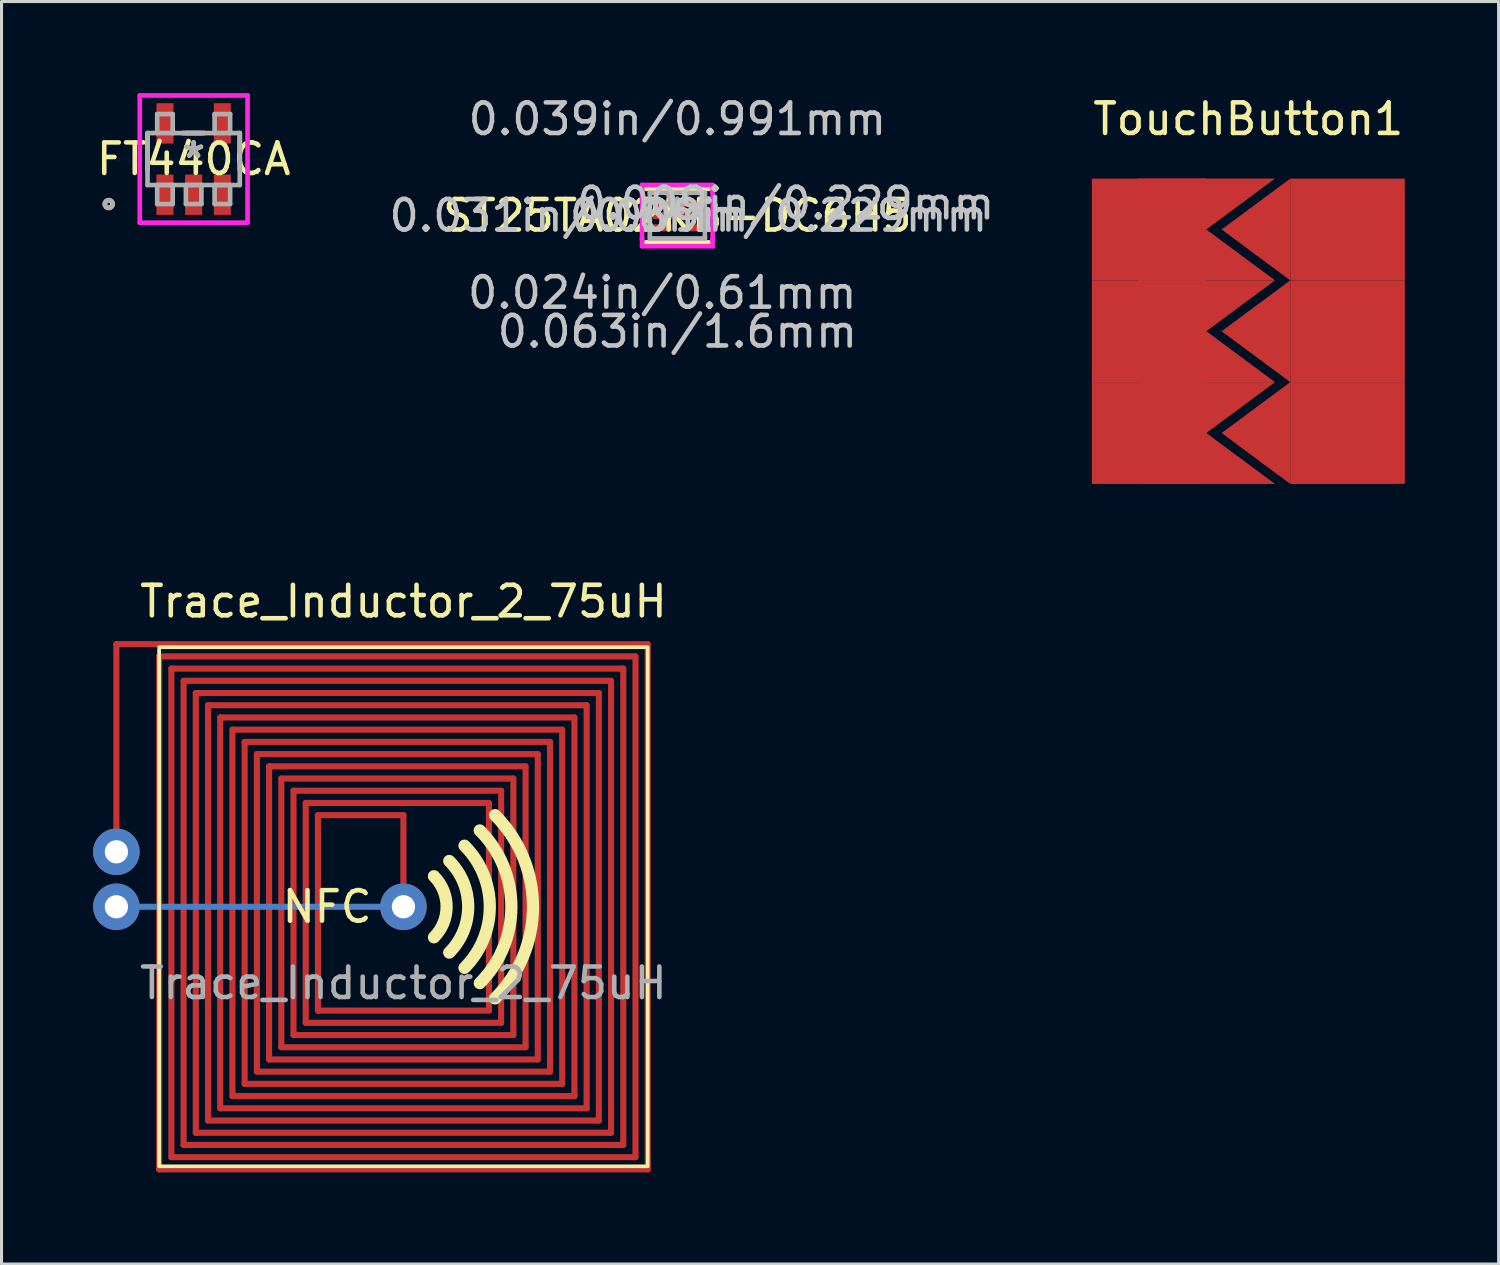
<source format=kicad_pcb>
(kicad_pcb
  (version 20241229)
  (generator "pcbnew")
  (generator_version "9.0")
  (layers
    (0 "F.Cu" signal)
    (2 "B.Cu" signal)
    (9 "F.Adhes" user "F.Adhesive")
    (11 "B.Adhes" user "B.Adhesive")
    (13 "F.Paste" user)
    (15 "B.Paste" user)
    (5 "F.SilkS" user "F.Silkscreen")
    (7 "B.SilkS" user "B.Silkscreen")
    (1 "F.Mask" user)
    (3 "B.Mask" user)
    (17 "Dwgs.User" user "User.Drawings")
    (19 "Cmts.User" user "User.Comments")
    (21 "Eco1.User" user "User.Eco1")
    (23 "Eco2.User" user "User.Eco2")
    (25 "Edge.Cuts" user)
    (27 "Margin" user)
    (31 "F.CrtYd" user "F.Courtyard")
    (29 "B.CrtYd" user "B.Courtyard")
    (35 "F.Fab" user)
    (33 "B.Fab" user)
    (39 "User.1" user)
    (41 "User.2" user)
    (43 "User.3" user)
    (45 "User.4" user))
  (footprint "FT440CA"
    (layer "F.Cu")
    (at 3.292 2.159)
    (property "Reference" "FT440CA" (at 0 0 0) (layer "F.SilkS") (effects (font (size 1 1) (thickness 0.15))))
    (attr through_hole)
    (fp_line (start -1.511 -0.851) (end -1.511 0.349) (stroke (width 0.152) (type solid)) (layer "F.SilkS"))
    (fp_line (start 0.356 -0.851) (end -0.356 -0.851) (stroke (width 0.152) (type solid)) (layer "F.SilkS"))
    (fp_line (start 1.511 0.349) (end 1.511 -0.851) (stroke (width 0.152) (type solid)) (layer "F.SilkS"))
    (fp_circle (center -2.781 1.473) (end -2.654 1.473) (stroke (width 0.152) (type solid)) (fill no) (layer "F.SilkS"))
    (fp_line (start -1.765 -2.083) (end 1.765 -2.083) (stroke (width 0.152) (type solid)) (layer "F.CrtYd"))
    (fp_line (start -1.765 2.083) (end -1.765 -2.083) (stroke (width 0.152) (type solid)) (layer "F.CrtYd"))
    (fp_line (start 1.765 -2.083) (end 1.765 2.083) (stroke (width 0.152) (type solid)) (layer "F.CrtYd"))
    (fp_line (start 1.765 2.083) (end -1.765 2.083) (stroke (width 0.152) (type solid)) (layer "F.CrtYd"))
    (fp_line (start -1.511 -0.851) (end -1.511 0.851) (stroke (width 0.152) (type solid)) (layer "F.Fab"))
    (fp_line (start -1.511 0.851) (end 1.511 0.851) (stroke (width 0.152) (type solid)) (layer "F.Fab"))
    (fp_line (start -1.194 -1.473) (end -0.686 -1.473) (stroke (width 0.152) (type solid)) (layer "F.Fab"))
    (fp_line (start -1.194 -0.851) (end -1.194 -1.473) (stroke (width 0.152) (type solid)) (layer "F.Fab"))
    (fp_line (start -1.194 0.851) (end -1.194 1.473) (stroke (width 0.152) (type solid)) (layer "F.Fab"))
    (fp_line (start -1.194 1.473) (end -0.686 1.473) (stroke (width 0.152) (type solid)) (layer "F.Fab"))
    (fp_line (start -0.686 -1.473) (end -0.686 -0.851) (stroke (width 0.152) (type solid)) (layer "F.Fab"))
    (fp_line (start -0.686 0.851) (end -1.194 0.851) (stroke (width 0.152) (type solid)) (layer "F.Fab"))
    (fp_line (start -0.686 1.473) (end -0.686 0.851) (stroke (width 0.152) (type solid)) (layer "F.Fab"))
    (fp_line (start -0.254 -0.851) (end 0.254 -0.851) (stroke (width 0.152) (type solid)) (layer "F.Fab"))
    (fp_line (start -0.254 0.851) (end -0.254 1.473) (stroke (width 0.152) (type solid)) (layer "F.Fab"))
    (fp_line (start -0.254 1.473) (end 0.254 1.473) (stroke (width 0.152) (type solid)) (layer "F.Fab"))
    (fp_line (start 0.254 0.851) (end -0.254 0.851) (stroke (width 0.152) (type solid)) (layer "F.Fab"))
    (fp_line (start 0.254 1.473) (end 0.254 0.851) (stroke (width 0.152) (type solid)) (layer "F.Fab"))
    (fp_line (start 0.686 -1.473) (end 0.686 -0.851) (stroke (width 0.152) (type solid)) (layer "F.Fab"))
    (fp_line (start 0.686 0.851) (end 0.686 1.473) (stroke (width 0.152) (type solid)) (layer "F.Fab"))
    (fp_line (start 0.686 1.473) (end 1.194 1.473) (stroke (width 0.152) (type solid)) (layer "F.Fab"))
    (fp_line (start 1.194 -1.473) (end 0.686 -1.473) (stroke (width 0.152) (type solid)) (layer "F.Fab"))
    (fp_line (start 1.194 -0.851) (end 1.194 -1.473) (stroke (width 0.152) (type solid)) (layer "F.Fab"))
    (fp_line (start 1.194 0.851) (end 0.686 0.851) (stroke (width 0.152) (type solid)) (layer "F.Fab"))
    (fp_line (start 1.194 1.473) (end 1.194 0.851) (stroke (width 0.152) (type solid)) (layer "F.Fab"))
    (fp_line (start 1.511 -0.851) (end -1.511 -0.851) (stroke (width 0.152) (type solid)) (layer "F.Fab"))
    (fp_line (start 1.511 0.851) (end 1.511 -0.851) (stroke (width 0.152) (type solid)) (layer "F.Fab"))
    (fp_circle (center -2.781 1.473) (end -2.654 1.473) (stroke (width 0.152) (type solid)) (fill no) (layer "F.Fab"))
    (fp_text user "*" (at 0 0 0) (layer "F.SilkS") (effects (font (size 1 1) (thickness 0.15))))
    (fp_text user "Copyright 2016 Accelerated Designs. All rights reserved." (at 0 0 0) (layer "Cmts.User") (effects (font (size 0.127 0.127) (thickness 0.002))))
    (fp_text user "*" (at 0 0 0) (layer "F.Fab") (effects (font (size 1 1) (thickness 0.15))))
    (pad "1" smd rect (at -0.94 1.168) (size 0.559 1.321) (layers "F.Cu" "F.Mask" "F.Paste"))
    (pad "2" smd rect (at 0 1.168) (size 0.559 1.321) (layers "F.Cu" "F.Mask" "F.Paste"))
    (pad "3" smd rect (at 0.94 1.168) (size 0.559 1.321) (layers "F.Cu" "F.Mask" "F.Paste"))
    (pad "4" smd rect (at 0.94 -1.168) (size 0.559 1.321) (layers "F.Cu" "F.Mask" "F.Paste"))
    (pad "5" smd rect (at -0.94 -1.168) (size 0.559 1.321) (layers "F.Cu" "F.Mask" "F.Paste")))
  (footprint "TouchButton1"
    (layer "F.Cu")
    (at 37.831 7.798)
    (property "Reference" "TouchButton1" (at 0 -6.95 0) (layer "F.SilkS") (effects (font (size 1 1) (thickness 0.15))))
    (attr smd)
    (pad "1" smd rect (at -3.25 -3.333) (size 3.75 3.333) (layers "F.Cu" "F.Mask"))
    (pad "1" smd rect (at -3.25 0) (size 3.75 3.333) (layers "F.Cu" "F.Mask"))
    (pad "1" smd rect (at -3.25 3.333) (size 3.75 3.333) (layers "F.Cu" "F.Mask"))
    (pad "1" smd trapezoid (at -1.375 -4.167) (size 2.25 1.667) (rect_delta 0 -2.25) (layers "F.Cu" "F.Mask"))
    (pad "1" smd trapezoid (at -1.375 -2.5) (size 2.25 1.667) (rect_delta 0 2.25) (layers "F.Cu" "F.Mask"))
    (pad "1" smd trapezoid (at -1.375 -0.833) (size 2.25 1.667) (rect_delta 0 -2.25) (layers "F.Cu" "F.Mask"))
    (pad "1" smd trapezoid (at -1.375 0.833) (size 2.25 1.667) (rect_delta 0 2.25) (layers "F.Cu" "F.Mask"))
    (pad "1" smd trapezoid (at -1.375 2.5) (size 2.25 1.667) (rect_delta 0 -2.25) (layers "F.Cu" "F.Mask"))
    (pad "1" smd trapezoid (at -1.375 4.167) (size 2.25 1.667) (rect_delta 0 2.25) (layers "F.Cu" "F.Mask"))
    (pad "2" smd trapezoid (at 0.25 -3.333) (size 2.25 1.667) (rect_delta -1.667 0) (layers "F.Cu" "F.Mask"))
    (pad "2" smd trapezoid (at 0.25 0) (size 2.25 1.667) (rect_delta -1.667 0) (layers "F.Cu" "F.Mask"))
    (pad "2" smd trapezoid (at 0.25 3.333) (size 2.25 1.667) (rect_delta -1.667 0) (layers "F.Cu" "F.Mask"))
    (pad "2" smd rect (at 3.25 -3.333) (size 3.75 3.333) (layers "F.Cu" "F.Mask"))
    (pad "2" smd rect (at 3.25 0) (size 3.75 3.333) (layers "F.Cu" "F.Mask"))
    (pad "2" smd rect (at 3.25 3.333) (size 3.75 3.333) (layers "F.Cu" "F.Mask")))
  (footprint "Trace_Inductor_2_75uH"
    (layer "F.Cu")
    (at 10.162 26.646)
    (property "Reference" "Trace_Inductor_2_75uH" (at 0 -10 0) (unlocked yes) (layer "F.SilkS") (effects (font (size 1 1) (thickness 0.15))))
    (fp_line (start -9.4 -8.6) (end -9.4 -1.8) (stroke (width 0.2) (type solid)) (layer "F.Cu"))
    (fp_line (start -8 -8.6) (end -9.4 -8.6) (stroke (width 0.2) (type solid)) (layer "F.Cu"))
    (fp_line (start -8 -8.6) (end 8 -8.6) (stroke (width 0.2) (type solid)) (layer "F.Cu"))
    (fp_line (start -8 -8.2) (end 7.6 -8.2) (stroke (width 0.2) (type solid)) (layer "F.Cu"))
    (fp_line (start -8 8.6) (end -8 -8.2) (stroke (width 0.2) (type solid)) (layer "F.Cu"))
    (fp_line (start -7.6 -7.8) (end 7.2 -7.8) (stroke (width 0.2) (type solid)) (layer "F.Cu"))
    (fp_line (start -7.6 8.2) (end -7.6 -7.8) (stroke (width 0.2) (type solid)) (layer "F.Cu"))
    (fp_line (start -7.2 -7.4) (end 6.8 -7.4) (stroke (width 0.2) (type solid)) (layer "F.Cu"))
    (fp_line (start -7.2 7.8) (end -7.2 -7.4) (stroke (width 0.2) (type solid)) (layer "F.Cu"))
    (fp_line (start -6.8 -7) (end 6.4 -7) (stroke (width 0.2) (type solid)) (layer "F.Cu"))
    (fp_line (start -6.8 7.4) (end -6.8 -7) (stroke (width 0.2) (type solid)) (layer "F.Cu"))
    (fp_line (start -6.4 -6.6) (end 6 -6.6) (stroke (width 0.2) (type solid)) (layer "F.Cu"))
    (fp_line (start -6.4 7) (end -6.4 -6.6) (stroke (width 0.2) (type solid)) (layer "F.Cu"))
    (fp_line (start -6 -6.2) (end 5.6 -6.2) (stroke (width 0.2) (type solid)) (layer "F.Cu"))
    (fp_line (start -6 6.6) (end -6 -6.2) (stroke (width 0.2) (type solid)) (layer "F.Cu"))
    (fp_line (start -5.6 -5.8) (end 5.2 -5.8) (stroke (width 0.2) (type solid)) (layer "F.Cu"))
    (fp_line (start -5.6 6.2) (end -5.6 -5.8) (stroke (width 0.2) (type solid)) (layer "F.Cu"))
    (fp_line (start -5.2 -5.4) (end 4.8 -5.4) (stroke (width 0.2) (type solid)) (layer "F.Cu"))
    (fp_line (start -5.2 5.8) (end -5.2 -5.4) (stroke (width 0.2) (type solid)) (layer "F.Cu"))
    (fp_line (start -4.8 -5) (end 4.4 -5) (stroke (width 0.2) (type solid)) (layer "F.Cu"))
    (fp_line (start -4.8 5.4) (end -4.8 -5) (stroke (width 0.2) (type solid)) (layer "F.Cu"))
    (fp_line (start -4.4 -4.6) (end 4 -4.6) (stroke (width 0.2) (type solid)) (layer "F.Cu"))
    (fp_line (start -4.4 5) (end -4.4 -4.6) (stroke (width 0.2) (type solid)) (layer "F.Cu"))
    (fp_line (start -4 -4.2) (end 3.6 -4.2) (stroke (width 0.2) (type solid)) (layer "F.Cu"))
    (fp_line (start -4 4.6) (end -4 -4.2) (stroke (width 0.2) (type solid)) (layer "F.Cu"))
    (fp_line (start -3.6 -3.8) (end 3.2 -3.8) (stroke (width 0.2) (type solid)) (layer "F.Cu"))
    (fp_line (start -3.6 4.2) (end -3.6 -3.8) (stroke (width 0.2) (type solid)) (layer "F.Cu"))
    (fp_line (start -3.2 -3.4) (end 2.8 -3.4) (stroke (width 0.2) (type solid)) (layer "F.Cu"))
    (fp_line (start -3.2 3.8) (end -3.2 -3.4) (stroke (width 0.2) (type solid)) (layer "F.Cu"))
    (fp_line (start -2.8 -3) (end 0 -3) (stroke (width 0.2) (type solid)) (layer "F.Cu"))
    (fp_line (start -2.8 3.4) (end -2.8 -3) (stroke (width 0.2) (type solid)) (layer "F.Cu"))
    (fp_line (start 0 -3) (end 0 0) (stroke (width 0.2) (type solid)) (layer "F.Cu"))
    (fp_line (start 2.8 -3.4) (end 2.8 3.4) (stroke (width 0.2) (type solid)) (layer "F.Cu"))
    (fp_line (start 2.8 3.4) (end -2.8 3.4) (stroke (width 0.2) (type solid)) (layer "F.Cu"))
    (fp_line (start 3.2 -3.8) (end 3.2 3.8) (stroke (width 0.2) (type solid)) (layer "F.Cu"))
    (fp_line (start 3.2 3.8) (end -3.2 3.8) (stroke (width 0.2) (type solid)) (layer "F.Cu"))
    (fp_line (start 3.6 -4.2) (end 3.6 4.2) (stroke (width 0.2) (type solid)) (layer "F.Cu"))
    (fp_line (start 3.6 4.2) (end -3.6 4.2) (stroke (width 0.2) (type solid)) (layer "F.Cu"))
    (fp_line (start 4 -4.6) (end 4 4.6) (stroke (width 0.2) (type solid)) (layer "F.Cu"))
    (fp_line (start 4 4.6) (end -4 4.6) (stroke (width 0.2) (type solid)) (layer "F.Cu"))
    (fp_line (start 4.4 -5) (end 4.4 5) (stroke (width 0.2) (type solid)) (layer "F.Cu"))
    (fp_line (start 4.4 5) (end -4.4 5) (stroke (width 0.2) (type solid)) (layer "F.Cu"))
    (fp_line (start 4.8 -5.4) (end 4.8 5.4) (stroke (width 0.2) (type solid)) (layer "F.Cu"))
    (fp_line (start 4.8 5.4) (end -4.8 5.4) (stroke (width 0.2) (type solid)) (layer "F.Cu"))
    (fp_line (start 5.2 -5.8) (end 5.2 5.8) (stroke (width 0.2) (type solid)) (layer "F.Cu"))
    (fp_line (start 5.2 5.8) (end -5.2 5.8) (stroke (width 0.2) (type solid)) (layer "F.Cu"))
    (fp_line (start 5.6 -6.2) (end 5.6 6.2) (stroke (width 0.2) (type solid)) (layer "F.Cu"))
    (fp_line (start 5.6 6.2) (end -5.6 6.2) (stroke (width 0.2) (type solid)) (layer "F.Cu"))
    (fp_line (start 6 -6.6) (end 6 6.6) (stroke (width 0.2) (type solid)) (layer "F.Cu"))
    (fp_line (start 6 6.6) (end -6 6.6) (stroke (width 0.2) (type solid)) (layer "F.Cu"))
    (fp_line (start 6.4 -7) (end 6.4 7) (stroke (width 0.2) (type solid)) (layer "F.Cu"))
    (fp_line (start 6.4 7) (end -6.4 7) (stroke (width 0.2) (type solid)) (layer "F.Cu"))
    (fp_line (start 6.8 -7.4) (end 6.8 7.4) (stroke (width 0.2) (type solid)) (layer "F.Cu"))
    (fp_line (start 6.8 7.4) (end -6.8 7.4) (stroke (width 0.2) (type solid)) (layer "F.Cu"))
    (fp_line (start 7.2 -7.8) (end 7.2 7.8) (stroke (width 0.2) (type solid)) (layer "F.Cu"))
    (fp_line (start 7.2 7.8) (end -7.2 7.8) (stroke (width 0.2) (type solid)) (layer "F.Cu"))
    (fp_line (start 7.6 -8.2) (end 7.6 8.2) (stroke (width 0.2) (type solid)) (layer "F.Cu"))
    (fp_line (start 7.6 8.2) (end -7.6 8.2) (stroke (width 0.2) (type solid)) (layer "F.Cu"))
    (fp_line (start 8 -8.6) (end 8 8.6) (stroke (width 0.2) (type solid)) (layer "F.Cu"))
    (fp_line (start 8 8.6) (end -8 8.6) (stroke (width 0.2) (type solid)) (layer "F.Cu"))
    (fp_line (start -9.4 0) (end 0 0) (stroke (width 0.2) (type solid)) (layer "B.Cu"))
    (fp_rect (start -8 -8.5) (end 8 8.5) (stroke (width 0.12) (type solid)) (fill no) (layer "F.SilkS"))
    (fp_arc (start 1 -1) (mid 1.414214 0) (end 1 1) (stroke (width 0.4) (type solid)) (layer "F.SilkS"))
    (fp_arc (start 1.5 -1.5) (mid 2.12132 0) (end 1.5 1.5) (stroke (width 0.4) (type solid)) (layer "F.SilkS"))
    (fp_arc (start 2 -2) (mid 2.828427 0) (end 2 2) (stroke (width 0.4) (type solid)) (layer "F.SilkS"))
    (fp_arc (start 2.499999 -2.499999) (mid 3.535532 0) (end 2.499999 2.499999) (stroke (width 0.4) (type solid)) (layer "F.SilkS"))
    (fp_arc (start 3 -3) (mid 4.242641 0) (end 3 3) (stroke (width 0.4) (type solid)) (layer "F.SilkS"))
    (fp_text user "NFC" (at -2.5 0 0) (unlocked yes) (layer "F.SilkS") (effects (font (size 1 1) (thickness 0.15))))
    (fp_text user "${REFERENCE}" (at 0 2.5 0) (unlocked yes) (layer "F.Fab") (effects (font (size 1 1) (thickness 0.15))))
    (pad "" thru_hole circle (at 0 0) (size 1.524 1.524) (drill 0.762) (layers "*.Cu" "*.Mask"))
    (pad "1" thru_hole circle (at -9.4 0) (size 1.524 1.524) (drill 0.762) (layers "*.Cu" "*.Mask"))
    (pad "2" thru_hole circle (at -9.4 -1.8) (size 1.524 1.524) (drill 0.762) (layers "*.Cu" "*.Mask")))
  (footprint "ST25TA02KB-DC6H5"
    (layer "F.Cu")
    (at 19.133 4.011)
    (property "Reference" "ST25TA02KB-DC6H5" (at 0 0 0) (layer "F.SilkS") (effects (font (size 1 1) (thickness 0.15))))
    (attr through_hole)
    (fp_line (start -1.029 0.876) (end 1.029 0.876) (stroke (width 0.152) (type solid)) (layer "F.SilkS"))
    (fp_line (start 1.029 -0.876) (end -1.029 -0.876) (stroke (width 0.152) (type solid)) (layer "F.SilkS"))
    (fp_circle (center -1.651 -0.4) (end -1.549 -0.4) (stroke (width 0.152) (type solid)) (fill no) (layer "F.SilkS"))
    (fp_line (start -1.156 -1.003) (end 1.156 -1.003) (stroke (width 0.152) (type solid)) (layer "F.CrtYd"))
    (fp_line (start -1.156 -0.768) (end -1.156 -1.003) (stroke (width 0.152) (type solid)) (layer "F.CrtYd"))
    (fp_line (start -1.156 -0.768) (end -1.156 -0.768) (stroke (width 0.152) (type solid)) (layer "F.CrtYd"))
    (fp_line (start -1.156 0.768) (end -1.156 -0.768) (stroke (width 0.152) (type solid)) (layer "F.CrtYd"))
    (fp_line (start -1.156 0.768) (end -1.156 0.768) (stroke (width 0.152) (type solid)) (layer "F.CrtYd"))
    (fp_line (start -1.156 1.003) (end -1.156 0.768) (stroke (width 0.152) (type solid)) (layer "F.CrtYd"))
    (fp_line (start 1.156 -1.003) (end 1.156 -0.768) (stroke (width 0.152) (type solid)) (layer "F.CrtYd"))
    (fp_line (start 1.156 -0.768) (end 1.156 -0.768) (stroke (width 0.152) (type solid)) (layer "F.CrtYd"))
    (fp_line (start 1.156 -0.768) (end 1.156 0.768) (stroke (width 0.152) (type solid)) (layer "F.CrtYd"))
    (fp_line (start 1.156 0.768) (end 1.156 0.768) (stroke (width 0.152) (type solid)) (layer "F.CrtYd"))
    (fp_line (start 1.156 0.768) (end 1.156 1.003) (stroke (width 0.152) (type solid)) (layer "F.CrtYd"))
    (fp_line (start 1.156 1.003) (end -1.156 1.003) (stroke (width 0.152) (type solid)) (layer "F.CrtYd"))
    (fp_line (start -0.902 -0.749) (end -0.902 0.749) (stroke (width 0.152) (type solid)) (layer "F.Fab"))
    (fp_line (start -0.902 0.749) (end 0.902 0.749) (stroke (width 0.152) (type solid)) (layer "F.Fab"))
    (fp_line (start 0.902 -0.749) (end -0.902 -0.749) (stroke (width 0.152) (type solid)) (layer "F.Fab"))
    (fp_line (start 0.902 0.749) (end 0.902 -0.749) (stroke (width 0.152) (type solid)) (layer "F.Fab"))
    (fp_arc (start 0.3048 -0.7493) (mid 0 -0.4445) (end -0.3048 -0.7493) (stroke (width 0.1524) (type solid)) (layer "F.Fab"))
    (fp_circle (center -0.191 -0.4) (end -0.114 -0.4) (stroke (width 0.152) (type solid)) (fill no) (layer "F.Fab"))
    (fp_text user "*" (at 0 0 0) (layer "F.SilkS") (effects (font (size 1 1) (thickness 0.15))))
    (fp_text user "0.039in/0.991mm" (at 0 -3.162 0) (layer "Dwgs.User") (effects (font (size 1 1) (thickness 0.15))))
    (fp_text user "0.024in/0.61mm" (at -0.495 2.527 0) (layer "Dwgs.User") (effects (font (size 1 1) (thickness 0.15))))
    (fp_text user "0.031in/0.8mm" (at -3.543 0 0) (layer "Dwgs.User") (effects (font (size 1 1) (thickness 0.15))))
    (fp_text user "0.009in/0.229mm" (at 3.315 0 0) (layer "Dwgs.User") (effects (font (size 1 1) (thickness 0.15))))
    (fp_text user "0.009in/0.229mm" (at 3.543 -0.4 0) (layer "Dwgs.User") (effects (font (size 1 1) (thickness 0.15))))
    (fp_text user "0.063in/1.6mm" (at 0 3.797 0) (layer "Dwgs.User") (effects (font (size 1 1) (thickness 0.15))))
    (fp_text user "Copyright 2016 Accelerated Designs. All rights reserved." (at 0 0 0) (layer "Cmts.User") (effects (font (size 0.127 0.127) (thickness 0.002))))
    (fp_text user "*" (at 0 0 0) (layer "F.Fab") (effects (font (size 1 1) (thickness 0.15))))
    (pad "1" smd rect (at -0.495 -0.4) (size 0.61 0.229) (layers "F.Cu" "F.Mask" "F.Paste"))
    (pad "2" smd rect (at 0 0) (size 1.6 0.229) (layers "F.Cu" "F.Mask" "F.Paste"))
    (pad "3" smd rect (at -0.495 0.4) (size 0.61 0.229) (layers "F.Cu" "F.Mask" "F.Paste"))
    (pad "4" smd rect (at 0.495 0.4) (size 0.61 0.229) (layers "F.Cu" "F.Mask" "F.Paste"))
    (pad "5" smd rect (at 0.495 -0.4) (size 0.61 0.229) (layers "F.Cu" "F.Mask" "F.Paste")))
  (gr_rect
    (start -3 -3)
    (end 46.027 38.346)
    (stroke (width 0.1) (type default))
    (fill no)
    (layer "Edge.Cuts")))
</source>
